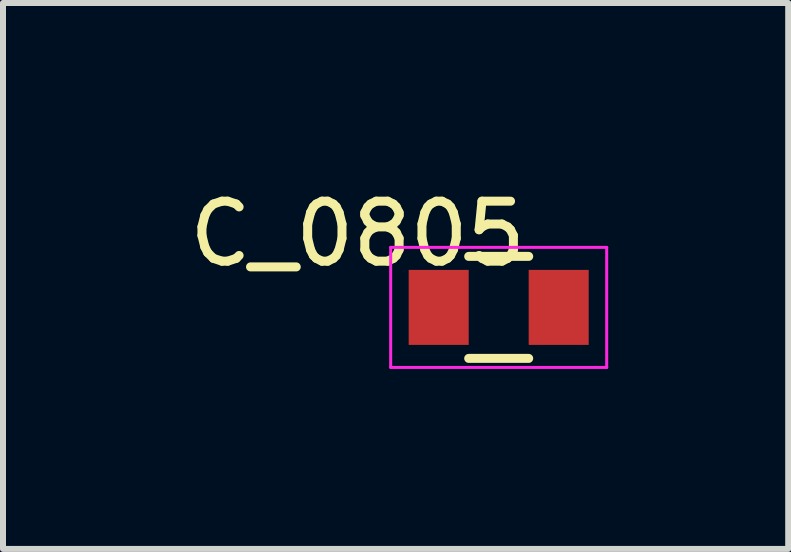
<source format=kicad_pcb>
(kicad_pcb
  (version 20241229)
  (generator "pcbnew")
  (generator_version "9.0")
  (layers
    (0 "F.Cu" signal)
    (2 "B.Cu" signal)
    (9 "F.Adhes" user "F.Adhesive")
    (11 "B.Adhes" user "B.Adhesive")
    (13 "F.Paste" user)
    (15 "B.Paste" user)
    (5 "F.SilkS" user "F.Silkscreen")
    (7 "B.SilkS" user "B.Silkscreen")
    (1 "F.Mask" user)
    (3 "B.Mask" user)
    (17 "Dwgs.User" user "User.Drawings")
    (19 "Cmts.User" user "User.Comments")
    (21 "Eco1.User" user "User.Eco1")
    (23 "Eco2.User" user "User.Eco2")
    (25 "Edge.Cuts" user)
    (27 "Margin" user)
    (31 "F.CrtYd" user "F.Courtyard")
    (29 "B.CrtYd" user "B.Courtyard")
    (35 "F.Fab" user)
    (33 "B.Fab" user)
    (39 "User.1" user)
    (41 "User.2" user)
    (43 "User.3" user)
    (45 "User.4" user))
  (footprint "C_0805"
    (layer "F.Cu")
    (at 5.261 2.073)
    (property "Reference" "C_0805" (at -2.35 -1.225 0) (layer "F.SilkS") (effects (font (size 1 1) (thickness 0.15))))
    (attr smd)
    (fp_line (start -0.5 0.85) (end 0.5 0.85) (stroke (width 0.15) (type solid)) (layer "F.SilkS"))
    (fp_line (start 0.5 -0.85) (end -0.5 -0.85) (stroke (width 0.15) (type solid)) (layer "F.SilkS"))
    (fp_line (start -1.8 -1) (end -1.8 1) (stroke (width 0.05) (type solid)) (layer "F.CrtYd"))
    (fp_line (start -1.8 -1) (end 1.8 -1) (stroke (width 0.05) (type solid)) (layer "F.CrtYd"))
    (fp_line (start -1.8 1) (end 1.8 1) (stroke (width 0.05) (type solid)) (layer "F.CrtYd"))
    (fp_line (start 1.8 -1) (end 1.8 1) (stroke (width 0.05) (type solid)) (layer "F.CrtYd"))
    (pad "1" smd rect (at -1 0) (size 1 1.25) (layers "F.Cu" "F.Mask" "F.Paste"))
    (pad "2" smd rect (at 1 0) (size 1 1.25) (layers "F.Cu" "F.Mask" "F.Paste")))
  (gr_rect
    (start -3 -3)
    (end 10.086 6.098)
    (stroke (width 0.1) (type default))
    (fill no)
    (layer "Edge.Cuts")))
</source>
